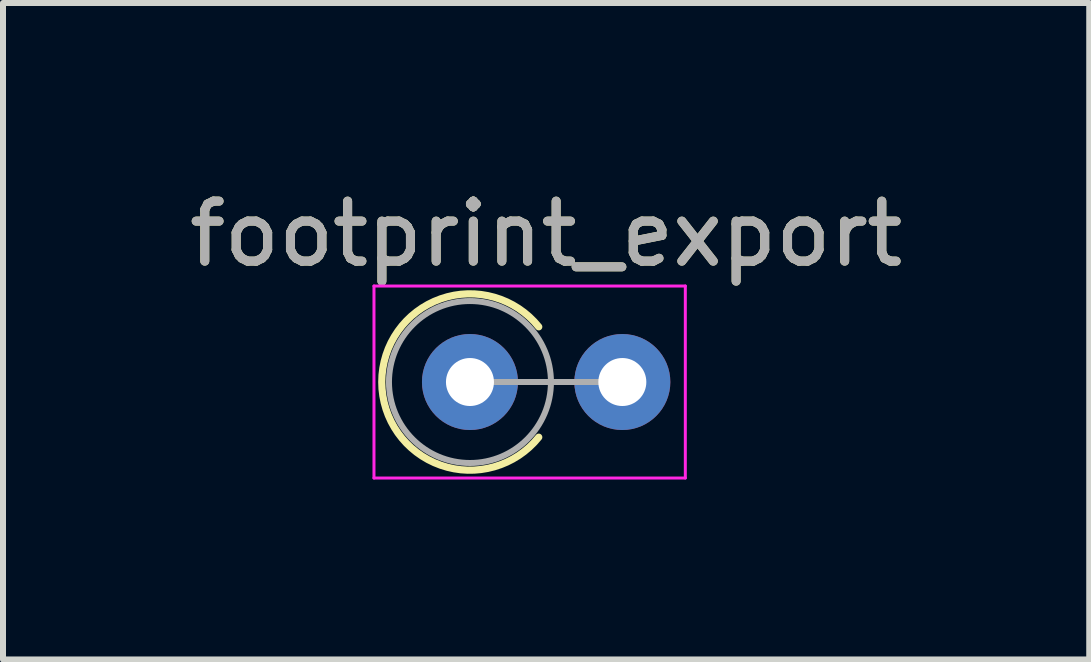
<source format=kicad_pcb>
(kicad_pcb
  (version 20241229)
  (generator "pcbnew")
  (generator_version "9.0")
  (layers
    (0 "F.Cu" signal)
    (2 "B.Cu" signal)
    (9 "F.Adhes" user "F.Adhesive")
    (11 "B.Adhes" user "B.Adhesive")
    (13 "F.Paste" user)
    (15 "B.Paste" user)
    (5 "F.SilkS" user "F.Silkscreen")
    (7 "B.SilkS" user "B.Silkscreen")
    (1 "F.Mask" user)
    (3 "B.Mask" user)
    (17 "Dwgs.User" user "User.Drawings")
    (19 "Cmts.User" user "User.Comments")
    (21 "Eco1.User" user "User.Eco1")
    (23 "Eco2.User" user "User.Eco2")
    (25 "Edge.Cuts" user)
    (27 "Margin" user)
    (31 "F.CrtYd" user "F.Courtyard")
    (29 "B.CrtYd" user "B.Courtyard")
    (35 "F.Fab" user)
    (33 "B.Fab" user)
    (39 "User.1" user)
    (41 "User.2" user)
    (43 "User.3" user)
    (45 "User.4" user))
  (footprint "footprint_export"
    (layer "F.Cu")
    (at 4.784 3.318)
    (property "Reference" "footprint_export" (at 1.27 -2.47 0) (layer "F.SilkS") (effects (font (size 1 1) (thickness 0.15))))
    (attr through_hole)
    (fp_arc (start 1.146516 0.92) (mid -1.47 0) (end 1.146516 -0.92) (stroke (width 0.12) (type solid)) (layer "F.SilkS"))
    (fp_line (start -1.6 -1.6) (end -1.6 1.6) (stroke (width 0.05) (type solid)) (layer "F.CrtYd"))
    (fp_line (start -1.6 1.6) (end 3.59 1.6) (stroke (width 0.05) (type solid)) (layer "F.CrtYd"))
    (fp_line (start 3.59 -1.6) (end -1.6 -1.6) (stroke (width 0.05) (type solid)) (layer "F.CrtYd"))
    (fp_line (start 3.59 1.6) (end 3.59 -1.6) (stroke (width 0.05) (type solid)) (layer "F.CrtYd"))
    (fp_line (start 0 0) (end 2.54 0) (stroke (width 0.1) (type solid)) (layer "F.Fab"))
    (fp_circle (center 0 0) (end 1.35 0) (stroke (width 0.1) (type solid)) (fill no) (layer "F.Fab"))
    (fp_text user "${REFERENCE}" (at 1.27 -2.47 0) (layer "F.Fab") (effects (font (size 1 1) (thickness 0.15))))
    (pad "1" thru_hole circle (at 0 0) (size 1.6 1.6) (drill 0.8) (layers "*.Cu" "*.Mask"))
    (pad "2" thru_hole oval (at 2.54 0) (size 1.6 1.6) (drill 0.8) (layers "*.Cu" "*.Mask")))
  (gr_rect
    (start -3 -3)
    (end 15.107 7.943)
    (stroke (width 0.1) (type default))
    (fill no)
    (layer "Edge.Cuts")))
</source>
